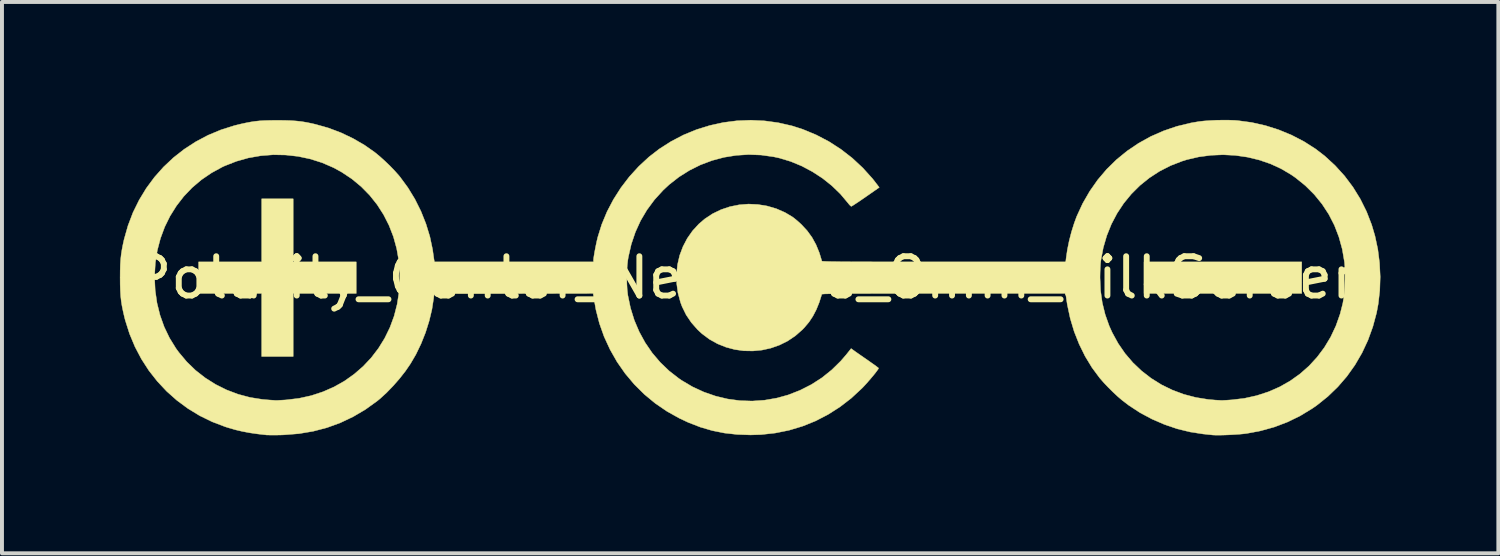
<source format=kicad_pcb>
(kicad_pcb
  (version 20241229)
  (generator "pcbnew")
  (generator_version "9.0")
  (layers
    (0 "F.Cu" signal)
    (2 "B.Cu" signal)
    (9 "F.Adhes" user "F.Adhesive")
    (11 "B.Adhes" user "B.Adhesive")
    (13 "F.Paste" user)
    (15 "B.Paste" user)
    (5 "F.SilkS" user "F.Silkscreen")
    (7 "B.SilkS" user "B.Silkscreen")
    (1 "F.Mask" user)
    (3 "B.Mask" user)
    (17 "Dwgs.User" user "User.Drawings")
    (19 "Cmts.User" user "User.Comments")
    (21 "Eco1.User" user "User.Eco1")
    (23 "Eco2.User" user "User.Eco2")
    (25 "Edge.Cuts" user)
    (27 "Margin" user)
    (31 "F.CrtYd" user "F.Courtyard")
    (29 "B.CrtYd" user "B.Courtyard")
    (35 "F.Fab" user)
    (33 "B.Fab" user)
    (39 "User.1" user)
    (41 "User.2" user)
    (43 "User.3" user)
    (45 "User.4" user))
  (footprint "Polarity_Center_Negative_8mm_SilkScreen"
    (layer "F.Cu")
    (at 16.021 4.012)
    (property "Reference" "Polarity_Center_Negative_8mm_SilkScreen" (at 0 0 0) (layer "F.SilkS") (effects (font (size 1 1) (thickness 0.15))))
    (attr board_only exclude_from_pos_files exclude_from_bom allow_missing_courtyard)
    (fp_poly (pts (xy 14.037 0.401) (xy 10.026 0.401) (xy 10.026 -0.401) (xy 14.037 -0.401) (xy 14.037 0.401)) (stroke (width 0.01) (type solid)) (fill yes) (layer "F.SilkS"))
    (fp_poly (pts (xy -11.614 -0.401) (xy -10.01 -0.401) (xy -10.01 0.401) (xy -11.614 0.401) (xy -11.614 2.005) (xy -12.416 2.005) (xy -12.416 0.401) (xy -14.02 0.401) (xy -14.02 -0.401) (xy -12.416 -0.401) (xy -12.416 -2.005) (xy -11.614 -2.005) (xy -11.614 -0.401)) (stroke (width 0.01) (type solid)) (fill yes) (layer "F.SilkS"))
    (fp_poly (pts (xy 12.193 -4.006) (xy 12.338 -4.001) (xy 12.409 -3.995) (xy 12.765 -3.947) (xy 13.115 -3.868) (xy 13.455 -3.76) (xy 13.783 -3.624) (xy 14.095 -3.462) (xy 14.388 -3.275) (xy 14.622 -3.095) (xy 14.886 -2.852) (xy 15.126 -2.588) (xy 15.34 -2.303) (xy 15.527 -2) (xy 15.686 -1.68) (xy 15.816 -1.345) (xy 15.9 -1.061) (xy 15.972 -0.723) (xy 16.016 -0.375) (xy 16.033 -0.023) (xy 16.022 0.326) (xy 15.983 0.666) (xy 15.941 0.892) (xy 15.845 1.249) (xy 15.721 1.591) (xy 15.569 1.916) (xy 15.39 2.223) (xy 15.185 2.511) (xy 14.954 2.778) (xy 14.699 3.024) (xy 14.42 3.247) (xy 14.302 3.329) (xy 13.994 3.516) (xy 13.672 3.673) (xy 13.336 3.8) (xy 12.986 3.897) (xy 12.645 3.961) (xy 12.559 3.972) (xy 12.454 3.982) (xy 12.335 3.99) (xy 12.21 3.997) (xy 12.087 4.002) (xy 11.971 4.005) (xy 11.871 4.006) (xy 11.794 4.003) (xy 11.764 4.001) (xy 11.723 3.996) (xy 11.658 3.99) (xy 11.581 3.981) (xy 11.53 3.976) (xy 11.2 3.925) (xy 10.869 3.844) (xy 10.543 3.733) (xy 10.226 3.596) (xy 9.922 3.433) (xy 9.638 3.247) (xy 9.467 3.116) (xy 9.357 3.022) (xy 9.238 2.911) (xy 9.117 2.791) (xy 9.004 2.672) (xy 8.908 2.562) (xy 8.896 2.548) (xy 8.701 2.285) (xy 8.527 1.998) (xy 8.376 1.691) (xy 8.249 1.37) (xy 8.149 1.036) (xy 8.076 0.695) (xy 8.062 0.606) (xy 8.032 0.401) (xy 4.934 0.401) (xy 4.543 0.401) (xy 4.184 0.401) (xy 3.856 0.401) (xy 3.557 0.402) (xy 3.287 0.402) (xy 3.045 0.403) (xy 2.829 0.403) (xy 2.638 0.404) (xy 2.47 0.405) (xy 2.325 0.406) (xy 2.201 0.408) (xy 2.098 0.409) (xy 2.013 0.411) (xy 1.946 0.412) (xy 1.896 0.414) (xy 1.861 0.417) (xy 1.839 0.419) (xy 1.831 0.422) (xy 1.831 0.422) (xy 1.764 0.633) (xy 1.689 0.817) (xy 1.604 0.98) (xy 1.506 1.128) (xy 1.39 1.266) (xy 1.338 1.321) (xy 1.158 1.479) (xy 0.962 1.611) (xy 0.753 1.715) (xy 0.534 1.792) (xy 0.308 1.842) (xy 0.078 1.864) (xy -0.153 1.86) (xy -0.382 1.828) (xy -0.606 1.768) (xy -0.821 1.682) (xy -1.026 1.568) (xy -1.215 1.427) (xy -1.326 1.325) (xy -1.488 1.141) (xy -1.619 0.947) (xy -1.721 0.74) (xy -1.763 0.628) (xy -1.828 0.387) (xy -1.861 0.144) (xy -1.863 0.006) (xy 8.907 0.006) (xy 8.921 0.329) (xy 8.964 0.638) (xy 9.037 0.935) (xy 9.14 1.226) (xy 9.216 1.395) (xy 9.367 1.671) (xy 9.543 1.927) (xy 9.743 2.161) (xy 9.965 2.372) (xy 10.207 2.559) (xy 10.468 2.722) (xy 10.746 2.858) (xy 11.038 2.967) (xy 11.344 3.047) (xy 11.661 3.098) (xy 11.848 3.114) (xy 11.908 3.117) (xy 11.961 3.12) (xy 11.981 3.122) (xy 12.013 3.122) (xy 12.071 3.119) (xy 12.146 3.115) (xy 12.233 3.109) (xy 12.252 3.108) (xy 12.58 3.069) (xy 12.895 2.999) (xy 13.195 2.901) (xy 13.479 2.776) (xy 13.746 2.624) (xy 13.994 2.447) (xy 14.222 2.246) (xy 14.428 2.022) (xy 14.612 1.777) (xy 14.772 1.511) (xy 14.906 1.227) (xy 15.013 0.924) (xy 15.082 0.652) (xy 15.103 0.526) (xy 15.12 0.377) (xy 15.132 0.213) (xy 15.138 0.044) (xy 15.139 -0.121) (xy 15.134 -0.273) (xy 15.124 -0.397) (xy 15.068 -0.724) (xy 14.982 -1.036) (xy 14.868 -1.332) (xy 14.725 -1.611) (xy 14.554 -1.872) (xy 14.356 -2.115) (xy 14.131 -2.339) (xy 13.88 -2.542) (xy 13.769 -2.619) (xy 13.514 -2.77) (xy 13.24 -2.896) (xy 12.953 -2.994) (xy 12.654 -3.066) (xy 12.348 -3.11) (xy 12.038 -3.126) (xy 11.727 -3.113) (xy 11.419 -3.072) (xy 11.117 -3.002) (xy 10.996 -2.964) (xy 10.699 -2.849) (xy 10.42 -2.706) (xy 10.16 -2.537) (xy 9.921 -2.344) (xy 9.704 -2.128) (xy 9.51 -1.892) (xy 9.34 -1.635) (xy 9.196 -1.361) (xy 9.079 -1.07) (xy 8.99 -0.765) (xy 8.93 -0.446) (xy 8.924 -0.401) (xy 8.918 -0.333) (xy 8.913 -0.241) (xy 8.909 -0.137) (xy 8.907 -0.03) (xy 8.907 0.006) (xy -1.863 0.006) (xy -1.864 -0.098) (xy -1.838 -0.336) (xy -1.784 -0.568) (xy -1.701 -0.789) (xy -1.592 -0.998) (xy -1.457 -1.191) (xy -1.296 -1.366) (xy -1.148 -1.493) (xy -0.947 -1.626) (xy -0.732 -1.73) (xy -0.506 -1.806) (xy -0.272 -1.853) (xy -0.034 -1.872) (xy 0.205 -1.861) (xy 0.442 -1.822) (xy 0.672 -1.755) (xy 0.894 -1.658) (xy 1.078 -1.549) (xy 1.133 -1.508) (xy 1.201 -1.452) (xy 1.272 -1.389) (xy 1.316 -1.348) (xy 1.46 -1.192) (xy 1.582 -1.024) (xy 1.683 -0.84) (xy 1.767 -0.635) (xy 1.832 -0.422) (xy 1.838 -0.419) (xy 1.858 -0.417) (xy 1.891 -0.415) (xy 1.94 -0.413) (xy 2.004 -0.411) (xy 2.087 -0.409) (xy 2.188 -0.408) (xy 2.309 -0.406) (xy 2.451 -0.405) (xy 2.616 -0.404) (xy 2.804 -0.404) (xy 3.017 -0.403) (xy 3.257 -0.402) (xy 3.523 -0.402) (xy 3.818 -0.401) (xy 4.142 -0.401) (xy 4.498 -0.401) (xy 4.885 -0.401) (xy 8.034 -0.401) (xy 8.046 -0.505) (xy 8.077 -0.715) (xy 8.123 -0.94) (xy 8.182 -1.168) (xy 8.251 -1.388) (xy 8.315 -1.561) (xy 8.467 -1.89) (xy 8.646 -2.2) (xy 8.849 -2.489) (xy 9.076 -2.757) (xy 9.326 -3.002) (xy 9.597 -3.223) (xy 9.887 -3.419) (xy 10.195 -3.59) (xy 10.521 -3.733) (xy 10.861 -3.849) (xy 11.216 -3.935) (xy 11.419 -3.97) (xy 11.547 -3.985) (xy 11.699 -3.996) (xy 11.863 -4.004) (xy 12.031 -4.007) (xy 12.193 -4.006)) (stroke (width 0.01) (type solid)) (fill yes) (layer "F.SilkS"))
    (fp_poly (pts (xy 0.378 -3.988) (xy 0.727 -3.94) (xy 1.073 -3.861) (xy 1.345 -3.774) (xy 1.685 -3.633) (xy 2.01 -3.463) (xy 2.317 -3.265) (xy 2.606 -3.041) (xy 2.875 -2.79) (xy 3.122 -2.516) (xy 3.247 -2.355) (xy 3.292 -2.295) (xy 2.946 -2.054) (xy 2.85 -1.988) (xy 2.764 -1.929) (xy 2.689 -1.88) (xy 2.631 -1.842) (xy 2.593 -1.819) (xy 2.58 -1.813) (xy 2.561 -1.826) (xy 2.529 -1.858) (xy 2.493 -1.903) (xy 2.303 -2.129) (xy 2.087 -2.338) (xy 1.849 -2.528) (xy 1.592 -2.695) (xy 1.322 -2.839) (xy 1.041 -2.955) (xy 0.754 -3.042) (xy 0.608 -3.074) (xy 0.288 -3.119) (xy -0.031 -3.131) (xy -0.346 -3.111) (xy -0.657 -3.061) (xy -0.96 -2.98) (xy -1.253 -2.87) (xy -1.534 -2.73) (xy -1.8 -2.563) (xy -2.05 -2.368) (xy -2.206 -2.223) (xy -2.426 -1.981) (xy -2.617 -1.723) (xy -2.779 -1.449) (xy -2.911 -1.159) (xy -3.015 -0.852) (xy -3.089 -0.529) (xy -3.102 -0.451) (xy -3.117 -0.322) (xy -3.126 -0.172) (xy -3.13 -0.01) (xy -3.127 0.153) (xy -3.119 0.305) (xy -3.104 0.436) (xy -3.102 0.449) (xy -3.035 0.771) (xy -2.939 1.081) (xy -2.814 1.375) (xy -2.662 1.653) (xy -2.484 1.913) (xy -2.28 2.153) (xy -2.053 2.371) (xy -1.802 2.566) (xy -1.738 2.61) (xy -1.459 2.775) (xy -1.169 2.909) (xy -0.869 3.013) (xy -0.563 3.086) (xy -0.251 3.128) (xy 0.062 3.138) (xy 0.377 3.116) (xy 0.689 3.062) (xy 0.977 2.982) (xy 1.279 2.864) (xy 1.566 2.718) (xy 1.835 2.545) (xy 2.085 2.344) (xy 2.314 2.119) (xy 2.452 1.959) (xy 2.576 1.803) (xy 2.654 1.859) (xy 2.693 1.887) (xy 2.753 1.929) (xy 2.829 1.982) (xy 2.914 2.041) (xy 3.004 2.103) (xy 3.087 2.162) (xy 3.16 2.213) (xy 3.218 2.256) (xy 3.258 2.286) (xy 3.275 2.301) (xy 3.275 2.302) (xy 3.265 2.325) (xy 3.235 2.367) (xy 3.191 2.426) (xy 3.135 2.495) (xy 3.071 2.571) (xy 3.004 2.648) (xy 2.937 2.723) (xy 2.874 2.791) (xy 2.85 2.815) (xy 2.579 3.066) (xy 2.291 3.288) (xy 1.988 3.481) (xy 1.671 3.645) (xy 1.34 3.778) (xy 0.998 3.881) (xy 0.646 3.952) (xy 0.284 3.992) (xy 0.017 4) (xy -0.324 3.988) (xy -0.646 3.952) (xy -0.956 3.89) (xy -1.259 3.801) (xy -1.562 3.684) (xy -1.792 3.576) (xy -2.109 3.399) (xy -2.407 3.195) (xy -2.684 2.966) (xy -2.939 2.713) (xy -3.171 2.437) (xy -3.377 2.141) (xy -3.556 1.826) (xy -3.707 1.498) (xy -3.825 1.165) (xy -3.913 0.823) (xy -3.947 0.634) (xy -3.985 0.401) (xy -8.029 0.409) (xy -8.042 0.526) (xy -8.086 0.81) (xy -8.156 1.102) (xy -8.248 1.395) (xy -8.362 1.681) (xy -8.493 1.953) (xy -8.631 2.189) (xy -8.76 2.377) (xy -8.909 2.567) (xy -9.07 2.751) (xy -9.236 2.923) (xy -9.401 3.074) (xy -9.48 3.139) (xy -9.779 3.354) (xy -10.092 3.538) (xy -10.417 3.692) (xy -10.755 3.815) (xy -11.106 3.907) (xy -11.47 3.968) (xy -11.846 3.998) (xy -11.923 4.001) (xy -12.025 4.003) (xy -12.12 4.003) (xy -12.201 4.003) (xy -12.262 4.002) (xy -12.291 4.001) (xy -12.517 3.975) (xy -12.719 3.946) (xy -12.904 3.911) (xy -13.08 3.87) (xy -13.257 3.819) (xy -13.343 3.792) (xy -13.676 3.665) (xy -13.993 3.51) (xy -14.292 3.328) (xy -14.572 3.121) (xy -14.832 2.89) (xy -15.07 2.636) (xy -15.285 2.362) (xy -15.475 2.068) (xy -15.639 1.756) (xy -15.776 1.428) (xy -15.885 1.085) (xy -15.907 0.999) (xy -15.941 0.851) (xy -15.968 0.719) (xy -15.988 0.593) (xy -16.002 0.467) (xy -16.01 0.331) (xy -16.015 0.178) (xy -16.016 0) (xy -16.016 -0.008) (xy -15.14 -0.008) (xy -15.124 0.324) (xy -15.078 0.645) (xy -15.001 0.955) (xy -14.895 1.252) (xy -14.759 1.535) (xy -14.594 1.802) (xy -14.523 1.899) (xy -14.321 2.14) (xy -14.097 2.357) (xy -13.851 2.549) (xy -13.588 2.715) (xy -13.309 2.854) (xy -13.016 2.965) (xy -12.712 3.046) (xy -12.399 3.096) (xy -12.274 3.107) (xy -12.196 3.113) (xy -12.127 3.117) (xy -12.077 3.121) (xy -12.057 3.122) (xy -12.028 3.122) (xy -11.974 3.119) (xy -11.9 3.115) (xy -11.815 3.11) (xy -11.79 3.108) (xy -11.465 3.069) (xy -11.153 3) (xy -10.856 2.902) (xy -10.574 2.778) (xy -10.308 2.628) (xy -10.062 2.453) (xy -9.835 2.256) (xy -9.63 2.038) (xy -9.447 1.799) (xy -9.288 1.542) (xy -9.154 1.267) (xy -9.047 0.977) (xy -8.969 0.672) (xy -8.92 0.354) (xy -8.909 0.226) (xy -8.903 -0.105) (xy -8.927 -0.428) (xy -8.982 -0.741) (xy -9.065 -1.042) (xy -9.177 -1.33) (xy -9.315 -1.602) (xy -9.48 -1.859) (xy -9.67 -2.097) (xy -9.884 -2.315) (xy -10.122 -2.512) (xy -10.382 -2.685) (xy -10.586 -2.797) (xy -10.877 -2.923) (xy -11.179 -3.019) (xy -11.49 -3.085) (xy -11.805 -3.12) (xy -12.123 -3.126) (xy -12.44 -3.101) (xy -12.753 -3.046) (xy -13.058 -2.96) (xy -13.354 -2.844) (xy -13.415 -2.816) (xy -13.693 -2.664) (xy -13.951 -2.488) (xy -14.186 -2.288) (xy -14.397 -2.067) (xy -14.584 -1.825) (xy -14.746 -1.566) (xy -14.882 -1.29) (xy -14.99 -0.999) (xy -15.07 -0.694) (xy -15.12 -0.378) (xy -15.139 -0.052) (xy -15.14 -0.008) (xy -16.016 -0.008) (xy -16.015 -0.178) (xy -16.011 -0.331) (xy -16.002 -0.466) (xy -15.988 -0.593) (xy -15.968 -0.719) (xy -15.942 -0.852) (xy -15.914 -0.978) (xy -15.815 -1.326) (xy -15.688 -1.659) (xy -15.532 -1.975) (xy -15.35 -2.275) (xy -15.143 -2.555) (xy -14.913 -2.814) (xy -14.66 -3.052) (xy -14.386 -3.267) (xy -14.093 -3.457) (xy -13.782 -3.622) (xy -13.454 -3.759) (xy -13.11 -3.868) (xy -12.951 -3.907) (xy -12.813 -3.937) (xy -12.692 -3.96) (xy -12.578 -3.977) (xy -12.464 -3.989) (xy -12.343 -3.996) (xy -12.205 -4) (xy -12.044 -4.002) (xy -12.007 -4.002) (xy -11.828 -4) (xy -11.674 -3.995) (xy -11.536 -3.985) (xy -11.407 -3.971) (xy -11.278 -3.95) (xy -11.141 -3.922) (xy -11.047 -3.9) (xy -10.72 -3.808) (xy -10.399 -3.687) (xy -10.089 -3.539) (xy -9.795 -3.368) (xy -9.539 -3.188) (xy -9.418 -3.089) (xy -9.287 -2.971) (xy -9.155 -2.845) (xy -9.032 -2.717) (xy -8.925 -2.597) (xy -8.899 -2.565) (xy -8.698 -2.292) (xy -8.519 -1.999) (xy -8.365 -1.69) (xy -8.238 -1.371) (xy -8.138 -1.045) (xy -8.069 -0.718) (xy -8.055 -0.618) (xy -8.045 -0.548) (xy -8.036 -0.487) (xy -8.03 -0.446) (xy -8.028 -0.439) (xy -8.02 -0.401) (xy -3.977 -0.401) (xy -3.977 -0.441) (xy -3.974 -0.484) (xy -3.964 -0.552) (xy -3.95 -0.638) (xy -3.932 -0.734) (xy -3.912 -0.834) (xy -3.892 -0.928) (xy -3.872 -1.011) (xy -3.869 -1.026) (xy -3.766 -1.356) (xy -3.632 -1.678) (xy -3.469 -1.989) (xy -3.279 -2.287) (xy -3.064 -2.568) (xy -2.826 -2.829) (xy -2.567 -3.069) (xy -2.305 -3.272) (xy -2.003 -3.465) (xy -1.686 -3.63) (xy -1.358 -3.765) (xy -1.02 -3.87) (xy -0.676 -3.946) (xy -0.326 -3.991) (xy 0.026 -4.005) (xy 0.378 -3.988)) (stroke (width 0.01) (type solid)) (fill yes) (layer "F.SilkS")))
  (gr_rect
    (start -3 -3)
    (end 35.059 11.023)
    (stroke (width 0.1) (type default))
    (fill no)
    (layer "Edge.Cuts")))
</source>
